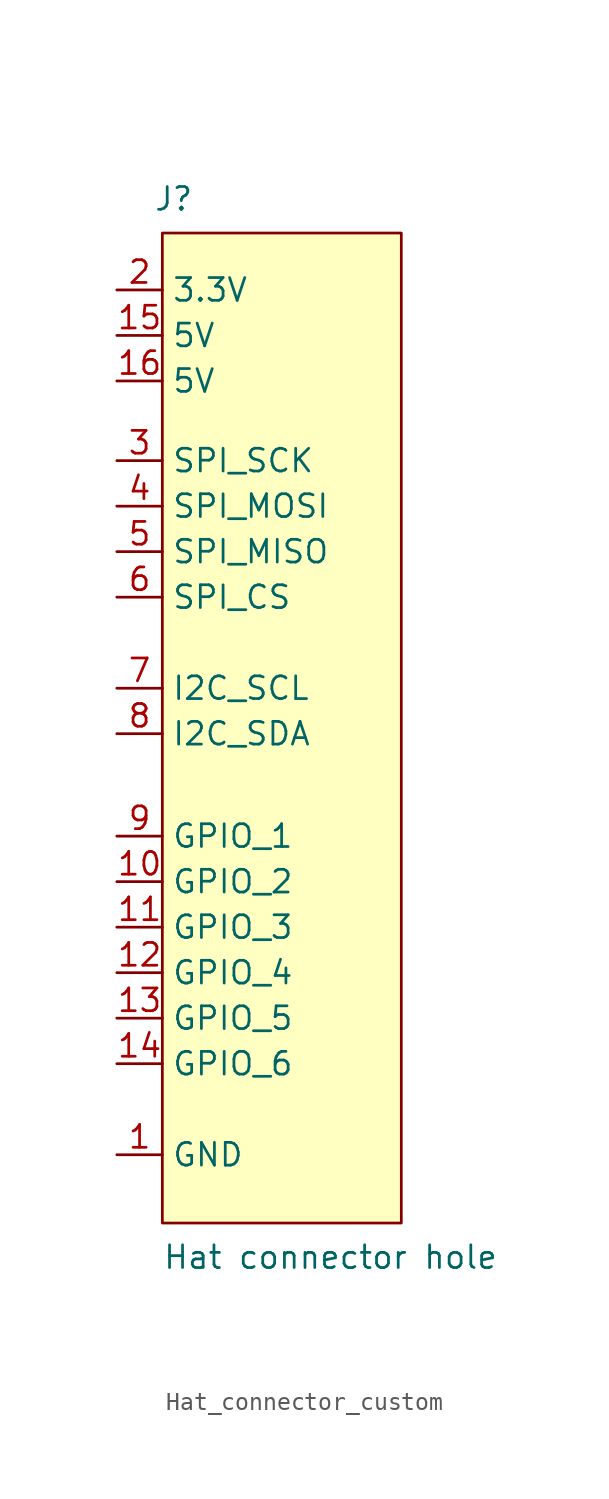
<source format=kicad_sym>
(kicad_symbol_lib
  (version 20220914)
  (generator kicad_symbol_editor)
  (symbol "Hat_connector_custom"
    (property "Reference" "J"
      (at -7.62 33.02 0)
      (effects (font (size 1.27 1.27))))
    (property "Value" "Hat connector hole"
      (at -8.255 -26.035 0)
      (effects (font (size 1.27 1.27)) (justify left)))
    (symbol "Hat_connector_custom_1_1"
      (rectangle (start -8.255 31.115) (end 5.08 -24.13) (stroke (width 0) (type default)) (fill (type background)))
      (pin input line (at -10.795 -20.32 0) (length 2.54) (name "GND" (effects (font (size 1.27 1.27)))) (number "1" (effects (font (size 1.27 1.27)))))
      (pin bidirectional line (at -10.795 -5.08 0) (length 2.54) (name "GPIO_2" (effects (font (size 1.27 1.27)))) (number "10" (effects (font (size 1.27 1.27)))))
      (pin bidirectional line (at -10.795 -7.62 0) (length 2.54) (name "GPIO_3" (effects (font (size 1.27 1.27)))) (number "11" (effects (font (size 1.27 1.27)))))
      (pin bidirectional line (at -10.795 -10.16 0) (length 2.54) (name "GPIO_4" (effects (font (size 1.27 1.27)))) (number "12" (effects (font (size 1.27 1.27)))))
      (pin bidirectional line (at -10.795 -12.7 0) (length 2.54) (name "GPIO_5" (effects (font (size 1.27 1.27)))) (number "13" (effects (font (size 1.27 1.27)))))
      (pin bidirectional line (at -10.795 -15.24 0) (length 2.54) (name "GPIO_6" (effects (font (size 1.27 1.27)))) (number "14" (effects (font (size 1.27 1.27)))))
      (pin power_in line (at -10.795 25.4 0) (length 2.54) (name "5V" (effects (font (size 1.27 1.27)))) (number "15" (effects (font (size 1.27 1.27)))))
      (pin power_in line (at -10.795 22.86 0) (length 2.54) (name "5V" (effects (font (size 1.27 1.27)))) (number "16" (effects (font (size 1.27 1.27)))))
      (pin power_in line (at -10.795 27.94 0) (length 2.54) (name "3.3V" (effects (font (size 1.27 1.27)))) (number "2" (effects (font (size 1.27 1.27)))))
      (pin output line (at -10.795 18.415 0) (length 2.54) (name "SPI_SCK" (effects (font (size 1.27 1.27)))) (number "3" (effects (font (size 1.27 1.27)))))
      (pin bidirectional line (at -10.795 15.875 0) (length 2.54) (name "SPI_MOSI" (effects (font (size 1.27 1.27)))) (number "4" (effects (font (size 1.27 1.27)))))
      (pin input line (at -10.795 13.335 0) (length 2.54) (name "SPI_MISO" (effects (font (size 1.27 1.27)))) (number "5" (effects (font (size 1.27 1.27)))))
      (pin output line (at -10.795 10.795 0) (length 2.54) (name "SPI_CS" (effects (font (size 1.27 1.27)))) (number "6" (effects (font (size 1.27 1.27)))))
      (pin output line (at -10.795 5.715 0) (length 2.54) (name "I2C_SCL" (effects (font (size 1.27 1.27)))) (number "7" (effects (font (size 1.27 1.27)))))
      (pin bidirectional line (at -10.795 3.175 0) (length 2.54) (name "I2C_SDA" (effects (font (size 1.27 1.27)))) (number "8" (effects (font (size 1.27 1.27)))))
      (pin bidirectional line (at -10.795 -2.54 0) (length 2.54) (name "GPIO_1" (effects (font (size 1.27 1.27)))) (number "9" (effects (font (size 1.27 1.27))))))))
</source>
